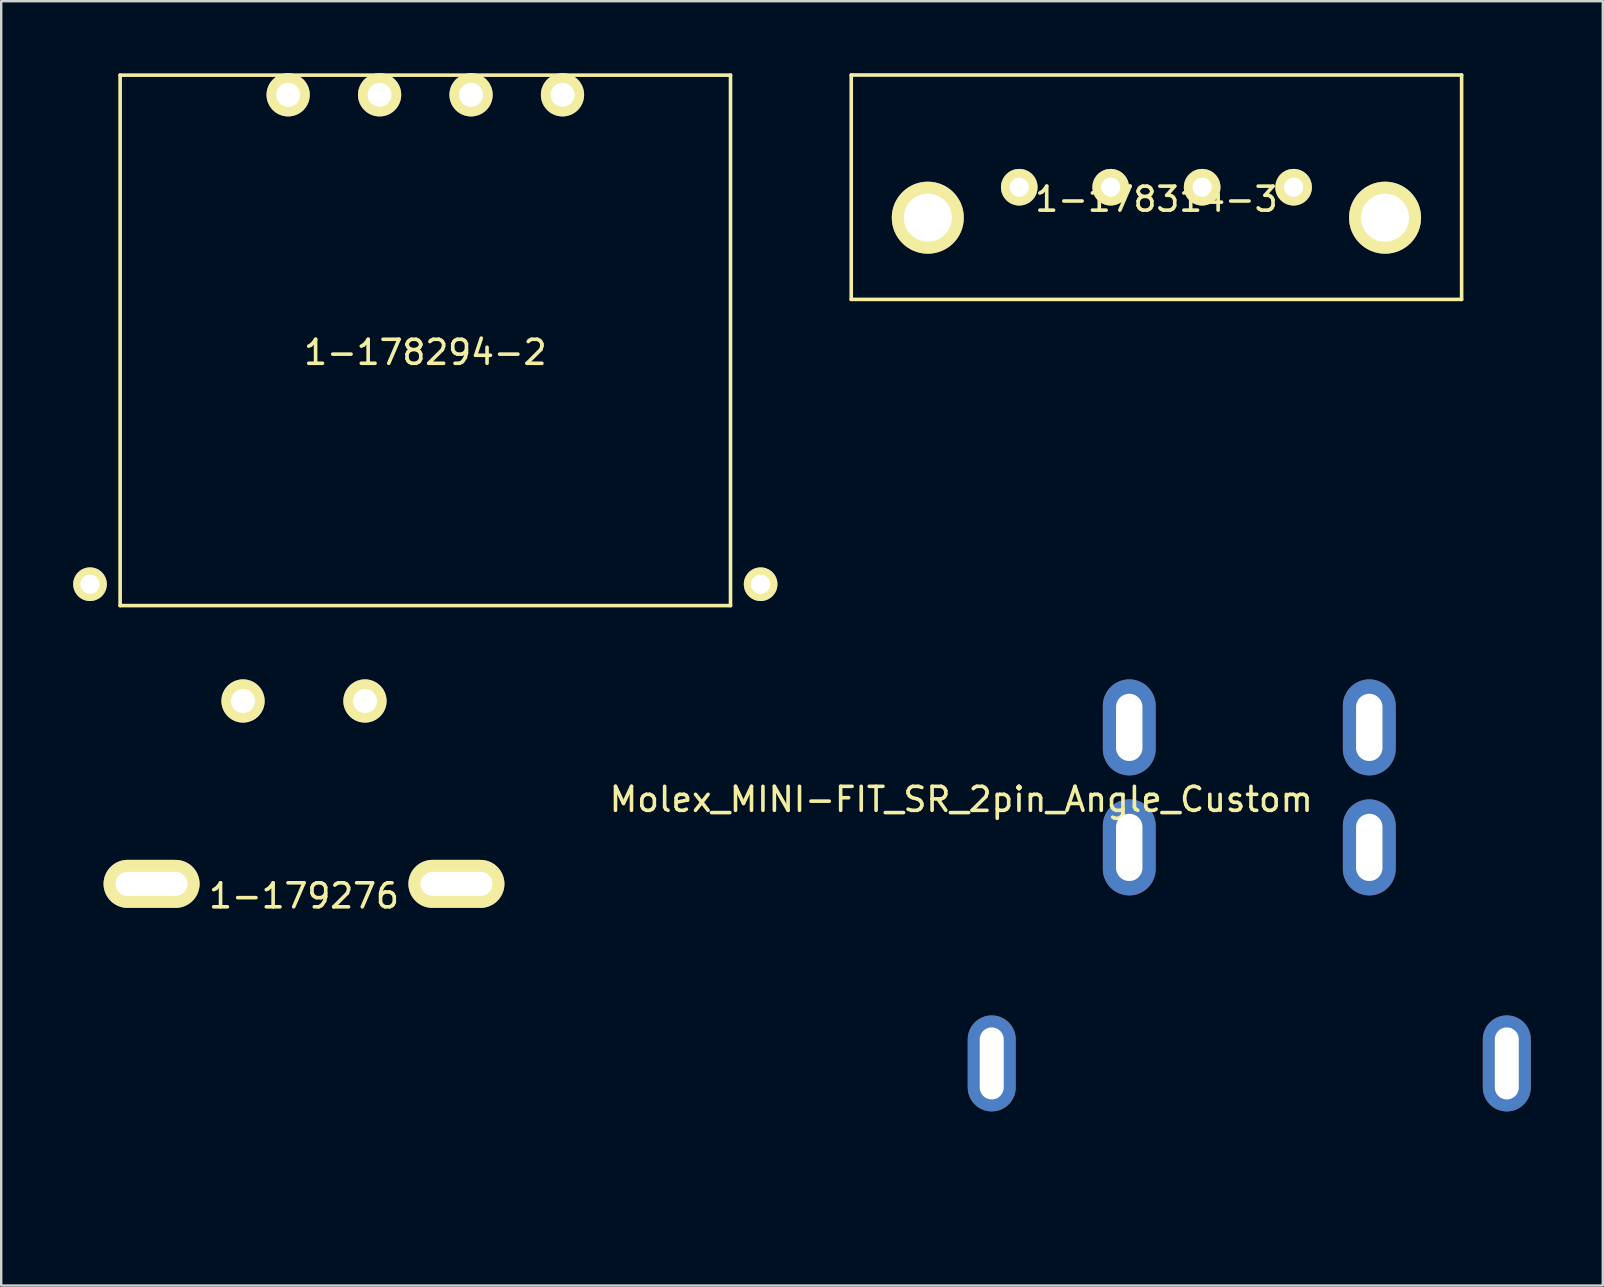
<source format=kicad_pcb>
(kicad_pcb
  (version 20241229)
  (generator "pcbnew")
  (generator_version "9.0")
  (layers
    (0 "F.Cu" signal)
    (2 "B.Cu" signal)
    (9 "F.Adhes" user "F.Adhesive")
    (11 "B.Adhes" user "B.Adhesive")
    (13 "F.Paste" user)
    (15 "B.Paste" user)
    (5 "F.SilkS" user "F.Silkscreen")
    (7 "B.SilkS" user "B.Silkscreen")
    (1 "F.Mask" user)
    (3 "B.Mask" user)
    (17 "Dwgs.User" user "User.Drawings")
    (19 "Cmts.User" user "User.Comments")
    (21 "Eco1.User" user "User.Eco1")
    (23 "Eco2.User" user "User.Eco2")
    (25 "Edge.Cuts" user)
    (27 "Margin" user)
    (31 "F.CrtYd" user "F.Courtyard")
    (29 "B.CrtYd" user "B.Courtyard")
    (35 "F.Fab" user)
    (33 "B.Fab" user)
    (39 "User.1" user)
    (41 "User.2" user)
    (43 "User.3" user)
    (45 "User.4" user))
  (footprint "Molex_MINI-FIT_SR_2pin_Angle_Custom"
    (layer "F.Cu")
    (at 48.998 29.755)
    (property "Reference" "Molex_MINI-FIT_SR_2pin_Angle_Custom" (at -12 0.5 0) (layer "F.SilkS") (effects (font (size 1 1) (thickness 0.15))))
    (attr through_hole)
    (pad "1" thru_hole oval (at -5 -2.5) (size 2.2 4) (drill oval 1.1 2.8) (layers "*.Cu" "*.Mask"))
    (pad "1" thru_hole oval (at -5 2.5) (size 2.2 4) (drill oval 1.1 2.8) (layers "*.Cu" "*.Mask"))
    (pad "2" thru_hole oval (at 5 -2.5) (size 2.2 4) (drill oval 1.1 2.8) (layers "*.Cu" "*.Mask"))
    (pad "2" thru_hole oval (at 5 2.5) (size 2.2 4) (drill oval 1.1 2.8) (layers "*.Cu" "*.Mask"))
    (pad "3" thru_hole oval (at -10.73 11.5) (size 2 4) (drill oval 1 3) (layers "*.Cu" "*.Mask"))
    (pad "3" thru_hole oval (at 10.73 11.5) (size 2 4) (drill oval 1 3) (layers "*.Cu" "*.Mask")))
  (footprint "1-178314-3"
    (layer "F.Cu")
    (at 45.13 4.75)
    (property "Reference" "1-178314-3" (at 0 0.5 0) (layer "F.SilkS") (effects (font (size 1 1) (thickness 0.15))))
    (attr through_hole)
    (fp_line (start -12.715 -4.675) (end -12.715 4.675) (stroke (width 0.15) (type solid)) (layer "F.SilkS"))
    (fp_line (start -12.715 4.675) (end 12.715 4.675) (stroke (width 0.15) (type solid)) (layer "F.SilkS"))
    (fp_line (start 12.715 -4.675) (end -12.715 -4.675) (stroke (width 0.15) (type solid)) (layer "F.SilkS"))
    (fp_line (start 12.715 4.675) (end 12.715 -4.675) (stroke (width 0.15) (type solid)) (layer "F.SilkS"))
    (pad "1" thru_hole circle (at -5.715 0 90) (size 1.524 1.524) (drill 0.8) (layers "*.Cu" "*.Mask" "F.SilkS"))
    (pad "2" thru_hole circle (at -1.905 0 90) (size 1.524 1.524) (drill 0.8) (layers "*.Cu" "*.Mask" "F.SilkS"))
    (pad "3" thru_hole circle (at 1.905 0 90) (size 1.524 1.524) (drill 0.8) (layers "*.Cu" "*.Mask" "F.SilkS"))
    (pad "4" thru_hole circle (at 5.715 0 90) (size 1.524 1.524) (drill 0.8) (layers "*.Cu" "*.Mask" "F.SilkS"))
    (pad "5" thru_hole circle (at -9.525 1.27 90) (size 3 3) (drill 2) (layers "*.Cu" "*.Mask" "F.SilkS"))
    (pad "6" thru_hole circle (at 9.525 1.27 90) (size 3 3) (drill 2) (layers "*.Cu" "*.Mask" "F.SilkS")))
  (footprint "1-178294-2"
    (layer "F.Cu")
    (at 14.67 11.13)
    (property "Reference" "1-178294-2" (at 0 0.5 0) (layer "F.SilkS") (effects (font (size 1 1) (thickness 0.15))))
    (attr through_hole)
    (fp_line (start -12.715 -11.05) (end -12.715 11.05) (stroke (width 0.15) (type solid)) (layer "F.SilkS"))
    (fp_line (start -12.715 11.05) (end 12.715 11.05) (stroke (width 0.15) (type solid)) (layer "F.SilkS"))
    (fp_line (start 12.715 -11.05) (end -12.715 -11.05) (stroke (width 0.15) (type solid)) (layer "F.SilkS"))
    (fp_line (start 12.715 11.05) (end 12.715 -11.05) (stroke (width 0.15) (type solid)) (layer "F.SilkS"))
    (pad "1" thru_hole circle (at -13.97 10.16) (size 1.4 1.4) (drill 0.8) (layers "*.Cu" "*.Mask" "F.SilkS"))
    (pad "1" thru_hole circle (at -5.715 -10.23 90) (size 1.8 1.8) (drill 1) (layers "*.Cu" "*.Mask" "F.SilkS"))
    (pad "2" thru_hole circle (at -1.905 -10.23 90) (size 1.8 1.8) (drill 1) (layers "*.Cu" "*.Mask" "F.SilkS"))
    (pad "2" thru_hole circle (at 13.97 10.16) (size 1.4 1.4) (drill 0.8) (layers "*.Cu" "*.Mask" "F.SilkS"))
    (pad "3" thru_hole circle (at 1.905 -10.23 90) (size 1.8 1.8) (drill 1) (layers "*.Cu" "*.Mask" "F.SilkS"))
    (pad "4" thru_hole circle (at 5.715 -10.23 90) (size 1.8 1.8) (drill 1) (layers "*.Cu" "*.Mask" "F.SilkS")))
  (footprint "1-179276"
    (layer "F.Cu")
    (at 9.615 33.775)
    (property "Reference" "1-179276" (at 0 0.5 0) (layer "F.SilkS") (effects (font (size 1 1) (thickness 0.15))))
    (attr through_hole)
    (fp_line (start -9.54 -8.44) (end -9.54 13.66) (stroke (width 0.15) (type solid)) (layer "Eco2.User"))
    (fp_line (start -9.54 13.66) (end 9.54 13.66) (stroke (width 0.15) (type solid)) (layer "Eco2.User"))
    (fp_line (start 9.54 -8.44) (end -9.54 -8.44) (stroke (width 0.15) (type solid)) (layer "Eco2.User"))
    (fp_line (start 9.54 13.66) (end 9.54 -8.44) (stroke (width 0.15) (type solid)) (layer "Eco2.User"))
    (pad "1" thru_hole circle (at -2.54 -7.62 90) (size 1.8 1.8) (drill 1) (layers "*.Cu" "*.Mask" "F.SilkS"))
    (pad "2" thru_hole circle (at 2.54 -7.62 90) (size 1.8 1.8) (drill 1) (layers "*.Cu" "*.Mask" "F.SilkS"))
    (pad "NC1" thru_hole oval (at -6.35 0) (size 4 2) (drill oval 3 1) (layers "*.Cu" "*.Mask" "F.SilkS"))
    (pad "NC2" thru_hole oval (at 6.35 0) (size 4 2) (drill oval 3 1) (layers "*.Cu" "*.Mask" "F.SilkS")))
  (gr_rect
    (start -3 -3)
    (end 63.728 50.51)
    (stroke (width 0.1) (type default))
    (fill no)
    (layer "Edge.Cuts")))
</source>
